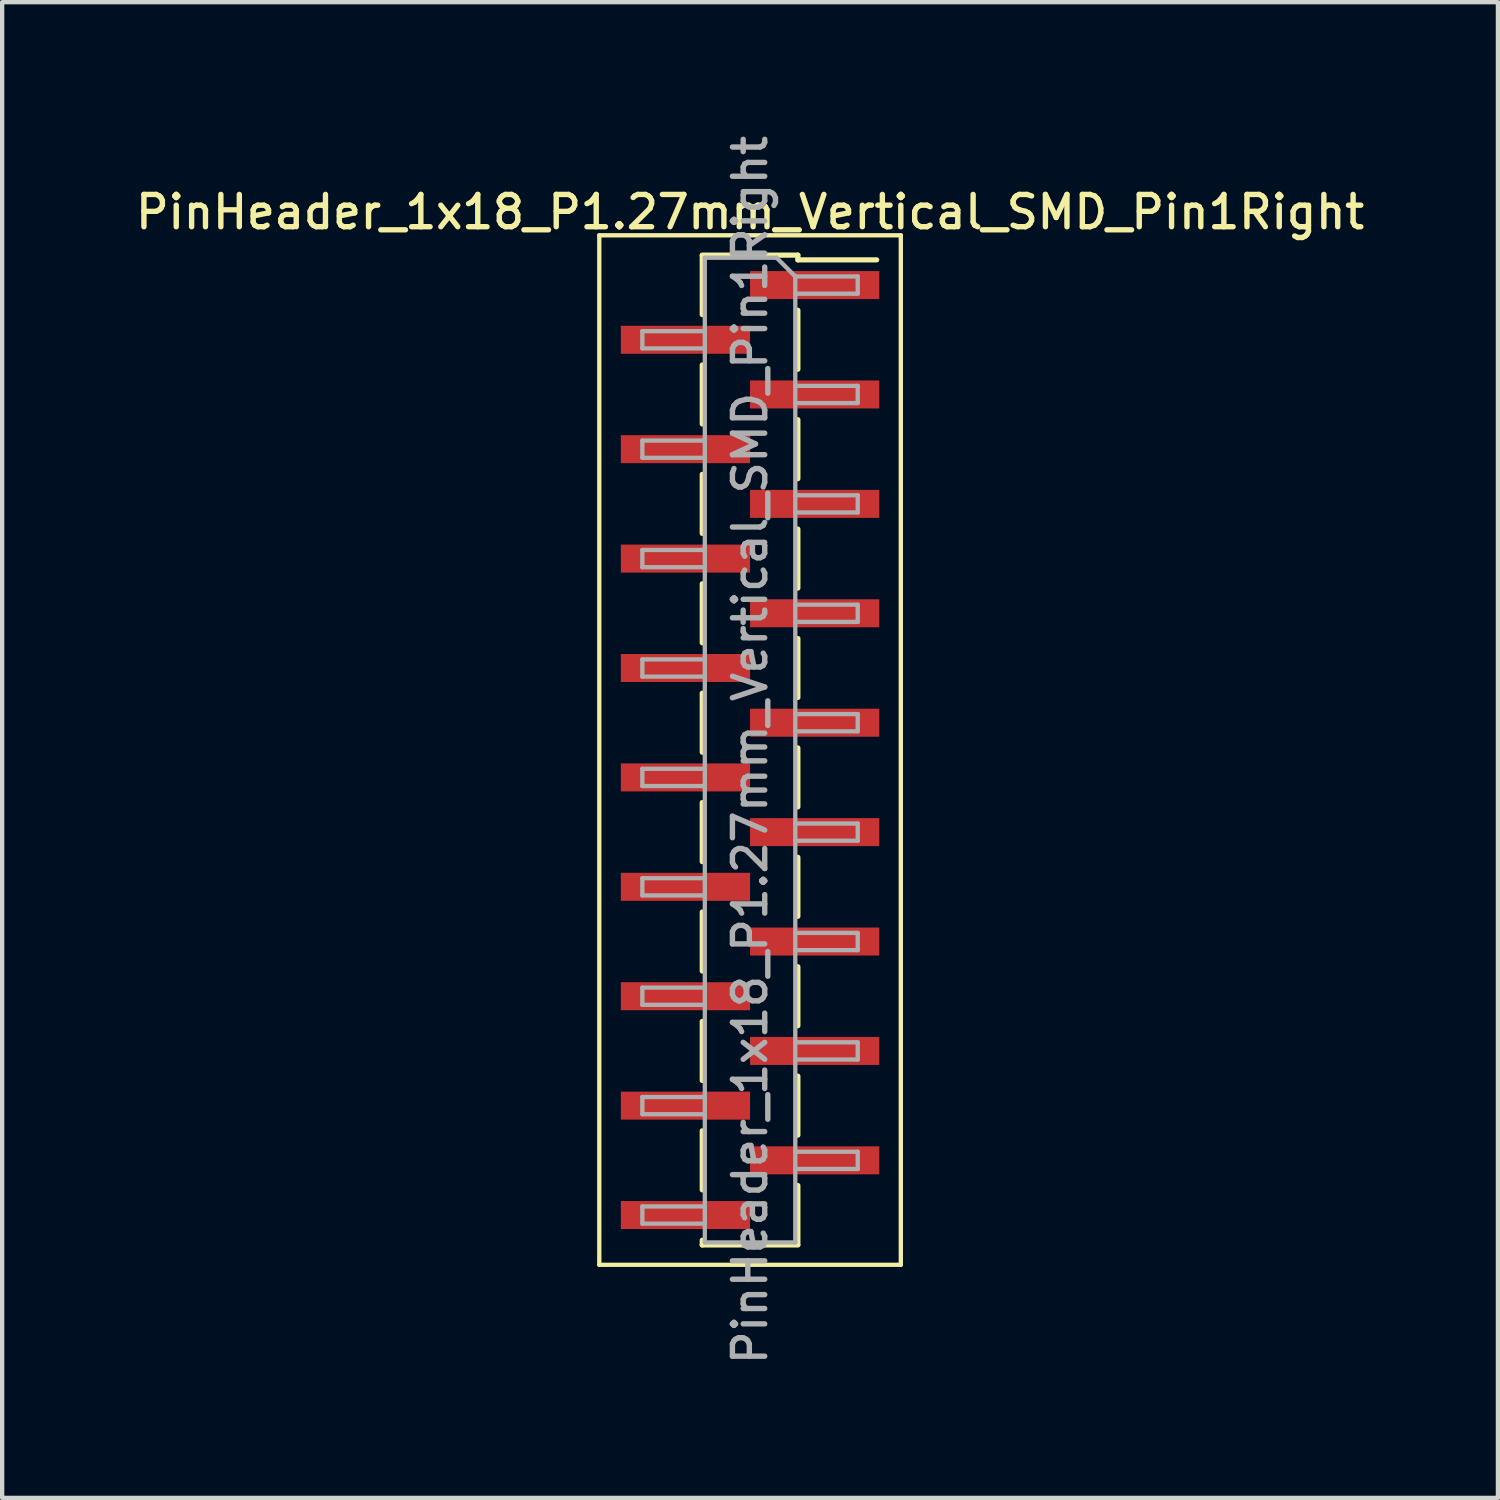
<source format=kicad_pcb>
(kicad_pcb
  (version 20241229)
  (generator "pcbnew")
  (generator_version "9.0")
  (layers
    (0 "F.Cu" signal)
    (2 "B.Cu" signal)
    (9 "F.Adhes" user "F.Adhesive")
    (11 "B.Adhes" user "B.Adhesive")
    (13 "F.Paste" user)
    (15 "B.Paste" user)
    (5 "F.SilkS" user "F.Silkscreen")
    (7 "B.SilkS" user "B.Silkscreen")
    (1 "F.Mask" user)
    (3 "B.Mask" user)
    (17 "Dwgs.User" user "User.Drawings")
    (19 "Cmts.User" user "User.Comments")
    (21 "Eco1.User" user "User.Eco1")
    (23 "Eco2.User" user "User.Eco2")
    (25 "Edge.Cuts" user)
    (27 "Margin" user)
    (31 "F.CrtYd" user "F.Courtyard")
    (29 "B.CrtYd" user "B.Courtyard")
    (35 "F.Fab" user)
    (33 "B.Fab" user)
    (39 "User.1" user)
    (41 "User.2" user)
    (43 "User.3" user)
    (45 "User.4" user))
  (footprint "PinHeader_1x18_P1.27mm_Vertical_SMD_Pin1Right"
    (layer "F.Cu")
    (at 14.363 14.363)
    (property "Reference" "PinHeader_1x18_P1.27mm_Vertical_SMD_Pin1Right" (at 0 -12.49 0) (layer "F.SilkS") (effects (font (size 0.75 0.75) (thickness 0.125))))
    (attr smd)
    (fp_line (start -3.5 -11.95) (end -3.5 11.95) (stroke (width 0.1) (type solid)) (layer "F.SilkS"))
    (fp_line (start -3.5 11.95) (end 3.5 11.95) (stroke (width 0.1) (type solid)) (layer "F.SilkS"))
    (fp_line (start -1.11 -11.49) (end 1.11 -11.49) (stroke (width 0.12) (type solid)) (layer "F.SilkS"))
    (fp_line (start -1.11 -11.48) (end -1.11 -10.11) (stroke (width 0.12) (type solid)) (layer "F.SilkS"))
    (fp_line (start -1.11 -8.94) (end -1.11 -7.57) (stroke (width 0.12) (type solid)) (layer "F.SilkS"))
    (fp_line (start -1.11 -6.4) (end -1.11 -5.03) (stroke (width 0.12) (type solid)) (layer "F.SilkS"))
    (fp_line (start -1.11 -3.86) (end -1.11 -2.49) (stroke (width 0.12) (type solid)) (layer "F.SilkS"))
    (fp_line (start -1.11 -1.32) (end -1.11 0.05) (stroke (width 0.12) (type solid)) (layer "F.SilkS"))
    (fp_line (start -1.11 1.22) (end -1.11 2.59) (stroke (width 0.12) (type solid)) (layer "F.SilkS"))
    (fp_line (start -1.11 3.76) (end -1.11 5.13) (stroke (width 0.12) (type solid)) (layer "F.SilkS"))
    (fp_line (start -1.11 6.3) (end -1.11 7.67) (stroke (width 0.12) (type solid)) (layer "F.SilkS"))
    (fp_line (start -1.11 8.84) (end -1.11 10.21) (stroke (width 0.12) (type solid)) (layer "F.SilkS"))
    (fp_line (start -1.11 11.38) (end -1.11 11.49) (stroke (width 0.12) (type solid)) (layer "F.SilkS"))
    (fp_line (start -1.11 11.49) (end 1.11 11.49) (stroke (width 0.12) (type solid)) (layer "F.SilkS"))
    (fp_line (start 1.11 -11.49) (end 1.11 -11.38) (stroke (width 0.12) (type solid)) (layer "F.SilkS"))
    (fp_line (start 1.11 -11.38) (end 2.94 -11.38) (stroke (width 0.12) (type solid)) (layer "F.SilkS"))
    (fp_line (start 1.11 -10.21) (end 1.11 -8.84) (stroke (width 0.12) (type solid)) (layer "F.SilkS"))
    (fp_line (start 1.11 -7.67) (end 1.11 -6.3) (stroke (width 0.12) (type solid)) (layer "F.SilkS"))
    (fp_line (start 1.11 -5.13) (end 1.11 -3.76) (stroke (width 0.12) (type solid)) (layer "F.SilkS"))
    (fp_line (start 1.11 -2.59) (end 1.11 -1.22) (stroke (width 0.12) (type solid)) (layer "F.SilkS"))
    (fp_line (start 1.11 -0.05) (end 1.11 1.32) (stroke (width 0.12) (type solid)) (layer "F.SilkS"))
    (fp_line (start 1.11 2.49) (end 1.11 3.86) (stroke (width 0.12) (type solid)) (layer "F.SilkS"))
    (fp_line (start 1.11 5.03) (end 1.11 6.4) (stroke (width 0.12) (type solid)) (layer "F.SilkS"))
    (fp_line (start 1.11 7.57) (end 1.11 8.94) (stroke (width 0.12) (type solid)) (layer "F.SilkS"))
    (fp_line (start 1.11 10.11) (end 1.11 11.48) (stroke (width 0.12) (type solid)) (layer "F.SilkS"))
    (fp_line (start 3.5 -11.95) (end -3.5 -11.95) (stroke (width 0.1) (type solid)) (layer "F.SilkS"))
    (fp_line (start 3.5 11.95) (end 3.5 -11.95) (stroke (width 0.1) (type solid)) (layer "F.SilkS"))
    (fp_line (start -2.5 -9.725) (end -2.5 -9.325) (stroke (width 0.1) (type solid)) (layer "F.Fab"))
    (fp_line (start -2.5 -9.325) (end -1.05 -9.325) (stroke (width 0.1) (type solid)) (layer "F.Fab"))
    (fp_line (start -2.5 -7.185) (end -2.5 -6.785) (stroke (width 0.1) (type solid)) (layer "F.Fab"))
    (fp_line (start -2.5 -6.785) (end -1.05 -6.785) (stroke (width 0.1) (type solid)) (layer "F.Fab"))
    (fp_line (start -2.5 -4.645) (end -2.5 -4.245) (stroke (width 0.1) (type solid)) (layer "F.Fab"))
    (fp_line (start -2.5 -4.245) (end -1.05 -4.245) (stroke (width 0.1) (type solid)) (layer "F.Fab"))
    (fp_line (start -2.5 -2.105) (end -2.5 -1.705) (stroke (width 0.1) (type solid)) (layer "F.Fab"))
    (fp_line (start -2.5 -1.705) (end -1.05 -1.705) (stroke (width 0.1) (type solid)) (layer "F.Fab"))
    (fp_line (start -2.5 0.435) (end -2.5 0.835) (stroke (width 0.1) (type solid)) (layer "F.Fab"))
    (fp_line (start -2.5 0.835) (end -1.05 0.835) (stroke (width 0.1) (type solid)) (layer "F.Fab"))
    (fp_line (start -2.5 2.975) (end -2.5 3.375) (stroke (width 0.1) (type solid)) (layer "F.Fab"))
    (fp_line (start -2.5 3.375) (end -1.05 3.375) (stroke (width 0.1) (type solid)) (layer "F.Fab"))
    (fp_line (start -2.5 5.515) (end -2.5 5.915) (stroke (width 0.1) (type solid)) (layer "F.Fab"))
    (fp_line (start -2.5 5.915) (end -1.05 5.915) (stroke (width 0.1) (type solid)) (layer "F.Fab"))
    (fp_line (start -2.5 8.055) (end -2.5 8.455) (stroke (width 0.1) (type solid)) (layer "F.Fab"))
    (fp_line (start -2.5 8.455) (end -1.05 8.455) (stroke (width 0.1) (type solid)) (layer "F.Fab"))
    (fp_line (start -2.5 10.595) (end -2.5 10.995) (stroke (width 0.1) (type solid)) (layer "F.Fab"))
    (fp_line (start -2.5 10.995) (end -1.05 10.995) (stroke (width 0.1) (type solid)) (layer "F.Fab"))
    (fp_line (start -1.05 -11.43) (end -1.05 11.43) (stroke (width 0.1) (type solid)) (layer "F.Fab"))
    (fp_line (start -1.05 -11.43) (end 0.615 -11.43) (stroke (width 0.1) (type solid)) (layer "F.Fab"))
    (fp_line (start -1.05 -9.725) (end -2.5 -9.725) (stroke (width 0.1) (type solid)) (layer "F.Fab"))
    (fp_line (start -1.05 -7.185) (end -2.5 -7.185) (stroke (width 0.1) (type solid)) (layer "F.Fab"))
    (fp_line (start -1.05 -4.645) (end -2.5 -4.645) (stroke (width 0.1) (type solid)) (layer "F.Fab"))
    (fp_line (start -1.05 -2.105) (end -2.5 -2.105) (stroke (width 0.1) (type solid)) (layer "F.Fab"))
    (fp_line (start -1.05 0.435) (end -2.5 0.435) (stroke (width 0.1) (type solid)) (layer "F.Fab"))
    (fp_line (start -1.05 2.975) (end -2.5 2.975) (stroke (width 0.1) (type solid)) (layer "F.Fab"))
    (fp_line (start -1.05 5.515) (end -2.5 5.515) (stroke (width 0.1) (type solid)) (layer "F.Fab"))
    (fp_line (start -1.05 8.055) (end -2.5 8.055) (stroke (width 0.1) (type solid)) (layer "F.Fab"))
    (fp_line (start -1.05 10.595) (end -2.5 10.595) (stroke (width 0.1) (type solid)) (layer "F.Fab"))
    (fp_line (start 1.05 -10.995) (end 0.615 -11.43) (stroke (width 0.1) (type solid)) (layer "F.Fab"))
    (fp_line (start 1.05 -10.995) (end 2.5 -10.995) (stroke (width 0.1) (type solid)) (layer "F.Fab"))
    (fp_line (start 1.05 -8.455) (end 2.5 -8.455) (stroke (width 0.1) (type solid)) (layer "F.Fab"))
    (fp_line (start 1.05 -5.915) (end 2.5 -5.915) (stroke (width 0.1) (type solid)) (layer "F.Fab"))
    (fp_line (start 1.05 -3.375) (end 2.5 -3.375) (stroke (width 0.1) (type solid)) (layer "F.Fab"))
    (fp_line (start 1.05 -0.835) (end 2.5 -0.835) (stroke (width 0.1) (type solid)) (layer "F.Fab"))
    (fp_line (start 1.05 1.705) (end 2.5 1.705) (stroke (width 0.1) (type solid)) (layer "F.Fab"))
    (fp_line (start 1.05 4.245) (end 2.5 4.245) (stroke (width 0.1) (type solid)) (layer "F.Fab"))
    (fp_line (start 1.05 6.785) (end 2.5 6.785) (stroke (width 0.1) (type solid)) (layer "F.Fab"))
    (fp_line (start 1.05 9.325) (end 2.5 9.325) (stroke (width 0.1) (type solid)) (layer "F.Fab"))
    (fp_line (start 1.05 11.43) (end -1.05 11.43) (stroke (width 0.1) (type solid)) (layer "F.Fab"))
    (fp_line (start 1.05 11.43) (end 1.05 -10.995) (stroke (width 0.1) (type solid)) (layer "F.Fab"))
    (fp_line (start 2.5 -10.995) (end 2.5 -10.595) (stroke (width 0.1) (type solid)) (layer "F.Fab"))
    (fp_line (start 2.5 -10.595) (end 1.05 -10.595) (stroke (width 0.1) (type solid)) (layer "F.Fab"))
    (fp_line (start 2.5 -8.455) (end 2.5 -8.055) (stroke (width 0.1) (type solid)) (layer "F.Fab"))
    (fp_line (start 2.5 -8.055) (end 1.05 -8.055) (stroke (width 0.1) (type solid)) (layer "F.Fab"))
    (fp_line (start 2.5 -5.915) (end 2.5 -5.515) (stroke (width 0.1) (type solid)) (layer "F.Fab"))
    (fp_line (start 2.5 -5.515) (end 1.05 -5.515) (stroke (width 0.1) (type solid)) (layer "F.Fab"))
    (fp_line (start 2.5 -3.375) (end 2.5 -2.975) (stroke (width 0.1) (type solid)) (layer "F.Fab"))
    (fp_line (start 2.5 -2.975) (end 1.05 -2.975) (stroke (width 0.1) (type solid)) (layer "F.Fab"))
    (fp_line (start 2.5 -0.835) (end 2.5 -0.435) (stroke (width 0.1) (type solid)) (layer "F.Fab"))
    (fp_line (start 2.5 -0.435) (end 1.05 -0.435) (stroke (width 0.1) (type solid)) (layer "F.Fab"))
    (fp_line (start 2.5 1.705) (end 2.5 2.105) (stroke (width 0.1) (type solid)) (layer "F.Fab"))
    (fp_line (start 2.5 2.105) (end 1.05 2.105) (stroke (width 0.1) (type solid)) (layer "F.Fab"))
    (fp_line (start 2.5 4.245) (end 2.5 4.645) (stroke (width 0.1) (type solid)) (layer "F.Fab"))
    (fp_line (start 2.5 4.645) (end 1.05 4.645) (stroke (width 0.1) (type solid)) (layer "F.Fab"))
    (fp_line (start 2.5 6.785) (end 2.5 7.185) (stroke (width 0.1) (type solid)) (layer "F.Fab"))
    (fp_line (start 2.5 7.185) (end 1.05 7.185) (stroke (width 0.1) (type solid)) (layer "F.Fab"))
    (fp_line (start 2.5 9.325) (end 2.5 9.725) (stroke (width 0.1) (type solid)) (layer "F.Fab"))
    (fp_line (start 2.5 9.725) (end 1.05 9.725) (stroke (width 0.1) (type solid)) (layer "F.Fab"))
    (fp_text user "${REFERENCE}" (at 0 0 90) (layer "F.Fab") (effects (font (size 0.75 0.75) (thickness 0.125))))
    (pad "1" smd rect (at 1.5 -10.795) (size 3 0.65) (layers "F.Cu" "F.Mask" "F.Paste"))
    (pad "2" smd rect (at -1.5 -9.525) (size 3 0.65) (layers "F.Cu" "F.Mask" "F.Paste"))
    (pad "3" smd rect (at 1.5 -8.255) (size 3 0.65) (layers "F.Cu" "F.Mask" "F.Paste"))
    (pad "4" smd rect (at -1.5 -6.985) (size 3 0.65) (layers "F.Cu" "F.Mask" "F.Paste"))
    (pad "5" smd rect (at 1.5 -5.715) (size 3 0.65) (layers "F.Cu" "F.Mask" "F.Paste"))
    (pad "6" smd rect (at -1.5 -4.445) (size 3 0.65) (layers "F.Cu" "F.Mask" "F.Paste"))
    (pad "7" smd rect (at 1.5 -3.175) (size 3 0.65) (layers "F.Cu" "F.Mask" "F.Paste"))
    (pad "8" smd rect (at -1.5 -1.905) (size 3 0.65) (layers "F.Cu" "F.Mask" "F.Paste"))
    (pad "9" smd rect (at 1.5 -0.635) (size 3 0.65) (layers "F.Cu" "F.Mask" "F.Paste"))
    (pad "10" smd rect (at -1.5 0.635) (size 3 0.65) (layers "F.Cu" "F.Mask" "F.Paste"))
    (pad "11" smd rect (at 1.5 1.905) (size 3 0.65) (layers "F.Cu" "F.Mask" "F.Paste"))
    (pad "12" smd rect (at -1.5 3.175) (size 3 0.65) (layers "F.Cu" "F.Mask" "F.Paste"))
    (pad "13" smd rect (at 1.5 4.445) (size 3 0.65) (layers "F.Cu" "F.Mask" "F.Paste"))
    (pad "14" smd rect (at -1.5 5.715) (size 3 0.65) (layers "F.Cu" "F.Mask" "F.Paste"))
    (pad "15" smd rect (at 1.5 6.985) (size 3 0.65) (layers "F.Cu" "F.Mask" "F.Paste"))
    (pad "16" smd rect (at -1.5 8.255) (size 3 0.65) (layers "F.Cu" "F.Mask" "F.Paste"))
    (pad "17" smd rect (at 1.5 9.525) (size 3 0.65) (layers "F.Cu" "F.Mask" "F.Paste"))
    (pad "18" smd rect (at -1.5 10.795) (size 3 0.65) (layers "F.Cu" "F.Mask" "F.Paste")))
  (gr_rect
    (start -3 -3)
    (end 31.725 31.725)
    (stroke (width 0.1) (type default))
    (fill no)
    (layer "Edge.Cuts")))
</source>
